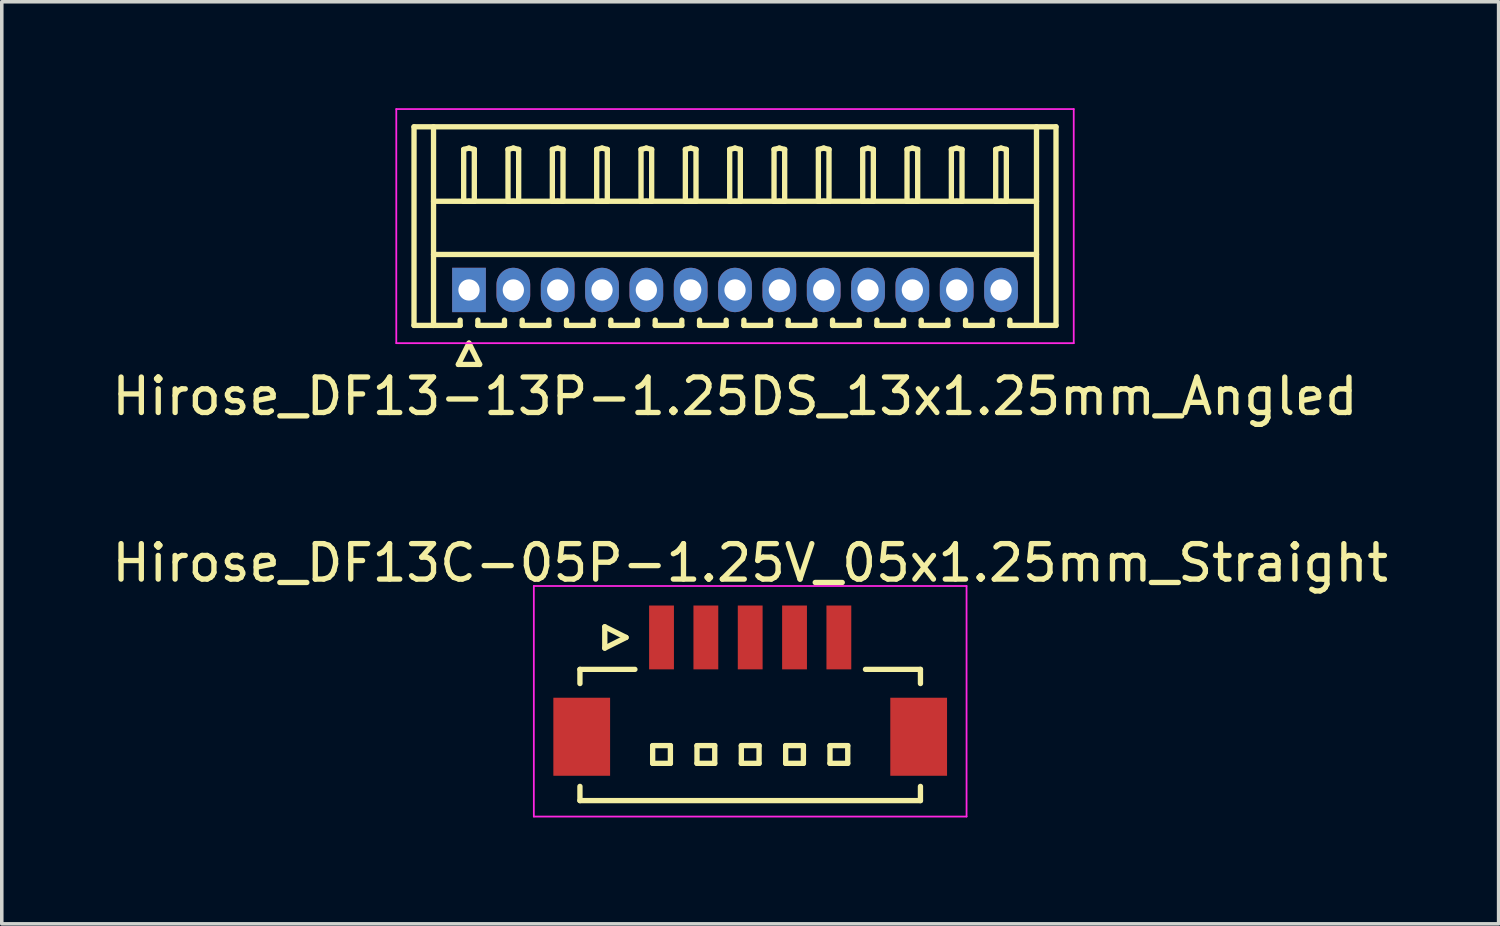
<source format=kicad_pcb>
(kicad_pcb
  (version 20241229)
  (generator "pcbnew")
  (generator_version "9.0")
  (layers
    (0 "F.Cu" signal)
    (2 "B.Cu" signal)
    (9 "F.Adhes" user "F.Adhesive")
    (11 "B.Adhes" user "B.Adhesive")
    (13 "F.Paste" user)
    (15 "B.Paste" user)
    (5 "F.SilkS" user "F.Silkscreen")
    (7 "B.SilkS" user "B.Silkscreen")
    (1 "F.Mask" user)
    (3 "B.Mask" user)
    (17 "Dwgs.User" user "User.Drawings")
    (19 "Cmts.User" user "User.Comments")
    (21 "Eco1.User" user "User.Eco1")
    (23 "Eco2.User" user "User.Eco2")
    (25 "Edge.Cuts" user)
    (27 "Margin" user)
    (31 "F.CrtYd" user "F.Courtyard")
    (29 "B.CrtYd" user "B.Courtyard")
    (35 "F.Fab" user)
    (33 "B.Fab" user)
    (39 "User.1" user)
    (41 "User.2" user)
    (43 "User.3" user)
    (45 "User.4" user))
  (footprint "Hirose_DF13C-05P-1.25V_05x1.25mm_Straight"
    (layer "F.Cu")
    (at 18.101 16.322)
    (property "Reference" "Hirose_DF13C-05P-1.25V_05x1.25mm_Straight" (at 0 -3.5 0) (layer "F.SilkS") (effects (font (size 1 1) (thickness 0.15))))
    (attr smd)
    (fp_line (start -4.8 -0.5) (end -4.8 -0.1) (stroke (width 0.15) (type solid)) (layer "F.SilkS"))
    (fp_line (start -4.8 -0.5) (end -3.25 -0.5) (stroke (width 0.15) (type solid)) (layer "F.SilkS"))
    (fp_line (start -4.8 3.2) (end -4.8 2.8) (stroke (width 0.15) (type solid)) (layer "F.SilkS"))
    (fp_line (start -4.8 3.2) (end 4.8 3.2) (stroke (width 0.15) (type solid)) (layer "F.SilkS"))
    (fp_line (start -4.1 -1.7) (end -4.1 -1.1) (stroke (width 0.15) (type solid)) (layer "F.SilkS"))
    (fp_line (start -4.1 -1.1) (end -3.5 -1.4) (stroke (width 0.15) (type solid)) (layer "F.SilkS"))
    (fp_line (start -3.5 -1.4) (end -4.1 -1.7) (stroke (width 0.15) (type solid)) (layer "F.SilkS"))
    (fp_line (start -2.75 1.65) (end -2.75 2.15) (stroke (width 0.15) (type solid)) (layer "F.SilkS"))
    (fp_line (start -2.75 2.15) (end -2.25 2.15) (stroke (width 0.15) (type solid)) (layer "F.SilkS"))
    (fp_line (start -2.25 1.65) (end -2.75 1.65) (stroke (width 0.15) (type solid)) (layer "F.SilkS"))
    (fp_line (start -2.25 2.15) (end -2.25 1.65) (stroke (width 0.15) (type solid)) (layer "F.SilkS"))
    (fp_line (start -1.5 1.65) (end -1.5 2.15) (stroke (width 0.15) (type solid)) (layer "F.SilkS"))
    (fp_line (start -1.5 2.15) (end -1 2.15) (stroke (width 0.15) (type solid)) (layer "F.SilkS"))
    (fp_line (start -1 1.65) (end -1.5 1.65) (stroke (width 0.15) (type solid)) (layer "F.SilkS"))
    (fp_line (start -1 2.15) (end -1 1.65) (stroke (width 0.15) (type solid)) (layer "F.SilkS"))
    (fp_line (start -0.25 1.65) (end -0.25 2.15) (stroke (width 0.15) (type solid)) (layer "F.SilkS"))
    (fp_line (start -0.25 2.15) (end 0.25 2.15) (stroke (width 0.15) (type solid)) (layer "F.SilkS"))
    (fp_line (start 0.25 1.65) (end -0.25 1.65) (stroke (width 0.15) (type solid)) (layer "F.SilkS"))
    (fp_line (start 0.25 2.15) (end 0.25 1.65) (stroke (width 0.15) (type solid)) (layer "F.SilkS"))
    (fp_line (start 1 1.65) (end 1 2.15) (stroke (width 0.15) (type solid)) (layer "F.SilkS"))
    (fp_line (start 1 2.15) (end 1.5 2.15) (stroke (width 0.15) (type solid)) (layer "F.SilkS"))
    (fp_line (start 1.5 1.65) (end 1 1.65) (stroke (width 0.15) (type solid)) (layer "F.SilkS"))
    (fp_line (start 1.5 2.15) (end 1.5 1.65) (stroke (width 0.15) (type solid)) (layer "F.SilkS"))
    (fp_line (start 2.25 1.65) (end 2.25 2.15) (stroke (width 0.15) (type solid)) (layer "F.SilkS"))
    (fp_line (start 2.25 2.15) (end 2.75 2.15) (stroke (width 0.15) (type solid)) (layer "F.SilkS"))
    (fp_line (start 2.75 1.65) (end 2.25 1.65) (stroke (width 0.15) (type solid)) (layer "F.SilkS"))
    (fp_line (start 2.75 2.15) (end 2.75 1.65) (stroke (width 0.15) (type solid)) (layer "F.SilkS"))
    (fp_line (start 4.8 -0.5) (end 3.25 -0.5) (stroke (width 0.15) (type solid)) (layer "F.SilkS"))
    (fp_line (start 4.8 -0.5) (end 4.8 -0.1) (stroke (width 0.15) (type solid)) (layer "F.SilkS"))
    (fp_line (start 4.8 3.2) (end 4.8 2.8) (stroke (width 0.15) (type solid)) (layer "F.SilkS"))
    (fp_line (start -6.1 -2.85) (end -6.1 3.65) (stroke (width 0.05) (type solid)) (layer "F.CrtYd"))
    (fp_line (start -6.1 3.65) (end 6.1 3.65) (stroke (width 0.05) (type solid)) (layer "F.CrtYd"))
    (fp_line (start 6.1 -2.85) (end -6.1 -2.85) (stroke (width 0.05) (type solid)) (layer "F.CrtYd"))
    (fp_line (start 6.1 3.65) (end 6.1 -2.85) (stroke (width 0.05) (type solid)) (layer "F.CrtYd"))
    (pad "" smd rect (at -4.75 1.4) (size 1.6 2.2) (layers "F.Cu" "F.Mask" "F.Paste"))
    (pad "" smd rect (at 4.75 1.4) (size 1.6 2.2) (layers "F.Cu" "F.Mask" "F.Paste"))
    (pad "1" smd rect (at -2.5 -1.4) (size 0.7 1.8) (layers "F.Cu" "F.Mask" "F.Paste"))
    (pad "2" smd rect (at -1.25 -1.4) (size 0.7 1.8) (layers "F.Cu" "F.Mask" "F.Paste"))
    (pad "3" smd rect (at 0 -1.4) (size 0.7 1.8) (layers "F.Cu" "F.Mask" "F.Paste"))
    (pad "4" smd rect (at 1.25 -1.4) (size 0.7 1.8) (layers "F.Cu" "F.Mask" "F.Paste"))
    (pad "5" smd rect (at 2.5 -1.4) (size 0.7 1.8) (layers "F.Cu" "F.Mask" "F.Paste")))
  (footprint "Hirose_DF13-13P-1.25DS_13x1.25mm_Angled"
    (layer "F.Cu")
    (at 10.173 5.125)
    (property "Reference" "Hirose_DF13-13P-1.25DS_13x1.25mm_Angled" (at 7.5 3 0) (layer "F.SilkS") (effects (font (size 1 1) (thickness 0.15))))
    (attr through_hole)
    (fp_line (start -1.55 -4.6) (end 16.55 -4.6) (stroke (width 0.15) (type solid)) (layer "F.SilkS"))
    (fp_line (start -1.55 1) (end -1.55 -4.6) (stroke (width 0.15) (type solid)) (layer "F.SilkS"))
    (fp_line (start -1 -4.6) (end -1 1) (stroke (width 0.15) (type solid)) (layer "F.SilkS"))
    (fp_line (start -1 -2.5) (end 16 -2.5) (stroke (width 0.15) (type solid)) (layer "F.SilkS"))
    (fp_line (start -1 -1) (end 16 -1) (stroke (width 0.15) (type solid)) (layer "F.SilkS"))
    (fp_line (start -0.3 2.1) (end 0.3 2.1) (stroke (width 0.15) (type solid)) (layer "F.SilkS"))
    (fp_line (start -0.25 0.85) (end -0.25 1) (stroke (width 0.15) (type solid)) (layer "F.SilkS"))
    (fp_line (start -0.25 1) (end -1.55 1) (stroke (width 0.15) (type solid)) (layer "F.SilkS"))
    (fp_line (start -0.15 -3.962) (end 0 -4) (stroke (width 0.15) (type solid)) (layer "F.SilkS"))
    (fp_line (start -0.15 -2.5) (end -0.15 -3.962) (stroke (width 0.15) (type solid)) (layer "F.SilkS"))
    (fp_line (start 0 -4) (end 0.15 -3.962) (stroke (width 0.15) (type solid)) (layer "F.SilkS"))
    (fp_line (start 0 -2.5) (end -0.15 -2.5) (stroke (width 0.15) (type solid)) (layer "F.SilkS"))
    (fp_line (start 0 1.5) (end -0.3 2.1) (stroke (width 0.15) (type solid)) (layer "F.SilkS"))
    (fp_line (start 0.15 -3.962) (end 0.15 -2.5) (stroke (width 0.15) (type solid)) (layer "F.SilkS"))
    (fp_line (start 0.15 -2.5) (end 0 -2.5) (stroke (width 0.15) (type solid)) (layer "F.SilkS"))
    (fp_line (start 0.25 0.85) (end 0.25 1) (stroke (width 0.15) (type solid)) (layer "F.SilkS"))
    (fp_line (start 0.25 1) (end 1 1) (stroke (width 0.15) (type solid)) (layer "F.SilkS"))
    (fp_line (start 0.3 2.1) (end 0 1.5) (stroke (width 0.15) (type solid)) (layer "F.SilkS"))
    (fp_line (start 1 1) (end 1 0.85) (stroke (width 0.15) (type solid)) (layer "F.SilkS"))
    (fp_line (start 1.1 -3.962) (end 1.25 -4) (stroke (width 0.15) (type solid)) (layer "F.SilkS"))
    (fp_line (start 1.1 -2.5) (end 1.1 -3.962) (stroke (width 0.15) (type solid)) (layer "F.SilkS"))
    (fp_line (start 1.25 -4) (end 1.4 -3.962) (stroke (width 0.15) (type solid)) (layer "F.SilkS"))
    (fp_line (start 1.25 -2.5) (end 1.1 -2.5) (stroke (width 0.15) (type solid)) (layer "F.SilkS"))
    (fp_line (start 1.4 -3.962) (end 1.4 -2.5) (stroke (width 0.15) (type solid)) (layer "F.SilkS"))
    (fp_line (start 1.4 -2.5) (end 1.25 -2.5) (stroke (width 0.15) (type solid)) (layer "F.SilkS"))
    (fp_line (start 1.5 0.85) (end 1.5 1) (stroke (width 0.15) (type solid)) (layer "F.SilkS"))
    (fp_line (start 1.5 1) (end 2.25 1) (stroke (width 0.15) (type solid)) (layer "F.SilkS"))
    (fp_line (start 2.25 1) (end 2.25 0.85) (stroke (width 0.15) (type solid)) (layer "F.SilkS"))
    (fp_line (start 2.35 -3.962) (end 2.5 -4) (stroke (width 0.15) (type solid)) (layer "F.SilkS"))
    (fp_line (start 2.35 -2.5) (end 2.35 -3.962) (stroke (width 0.15) (type solid)) (layer "F.SilkS"))
    (fp_line (start 2.5 -4) (end 2.65 -3.962) (stroke (width 0.15) (type solid)) (layer "F.SilkS"))
    (fp_line (start 2.5 -2.5) (end 2.35 -2.5) (stroke (width 0.15) (type solid)) (layer "F.SilkS"))
    (fp_line (start 2.65 -3.962) (end 2.65 -2.5) (stroke (width 0.15) (type solid)) (layer "F.SilkS"))
    (fp_line (start 2.65 -2.5) (end 2.5 -2.5) (stroke (width 0.15) (type solid)) (layer "F.SilkS"))
    (fp_line (start 2.75 0.85) (end 2.75 1) (stroke (width 0.15) (type solid)) (layer "F.SilkS"))
    (fp_line (start 2.75 1) (end 3.5 1) (stroke (width 0.15) (type solid)) (layer "F.SilkS"))
    (fp_line (start 3.5 1) (end 3.5 0.85) (stroke (width 0.15) (type solid)) (layer "F.SilkS"))
    (fp_line (start 3.6 -3.962) (end 3.75 -4) (stroke (width 0.15) (type solid)) (layer "F.SilkS"))
    (fp_line (start 3.6 -2.5) (end 3.6 -3.962) (stroke (width 0.15) (type solid)) (layer "F.SilkS"))
    (fp_line (start 3.75 -4) (end 3.9 -3.962) (stroke (width 0.15) (type solid)) (layer "F.SilkS"))
    (fp_line (start 3.75 -2.5) (end 3.6 -2.5) (stroke (width 0.15) (type solid)) (layer "F.SilkS"))
    (fp_line (start 3.9 -3.962) (end 3.9 -2.5) (stroke (width 0.15) (type solid)) (layer "F.SilkS"))
    (fp_line (start 3.9 -2.5) (end 3.75 -2.5) (stroke (width 0.15) (type solid)) (layer "F.SilkS"))
    (fp_line (start 4 0.85) (end 4 1) (stroke (width 0.15) (type solid)) (layer "F.SilkS"))
    (fp_line (start 4 1) (end 4.75 1) (stroke (width 0.15) (type solid)) (layer "F.SilkS"))
    (fp_line (start 4.75 1) (end 4.75 0.85) (stroke (width 0.15) (type solid)) (layer "F.SilkS"))
    (fp_line (start 4.85 -3.962) (end 5 -4) (stroke (width 0.15) (type solid)) (layer "F.SilkS"))
    (fp_line (start 4.85 -2.5) (end 4.85 -3.962) (stroke (width 0.15) (type solid)) (layer "F.SilkS"))
    (fp_line (start 5 -4) (end 5.15 -3.962) (stroke (width 0.15) (type solid)) (layer "F.SilkS"))
    (fp_line (start 5 -2.5) (end 4.85 -2.5) (stroke (width 0.15) (type solid)) (layer "F.SilkS"))
    (fp_line (start 5.15 -3.962) (end 5.15 -2.5) (stroke (width 0.15) (type solid)) (layer "F.SilkS"))
    (fp_line (start 5.15 -2.5) (end 5 -2.5) (stroke (width 0.15) (type solid)) (layer "F.SilkS"))
    (fp_line (start 5.25 0.85) (end 5.25 1) (stroke (width 0.15) (type solid)) (layer "F.SilkS"))
    (fp_line (start 5.25 1) (end 6 1) (stroke (width 0.15) (type solid)) (layer "F.SilkS"))
    (fp_line (start 6 1) (end 6 0.85) (stroke (width 0.15) (type solid)) (layer "F.SilkS"))
    (fp_line (start 6.1 -3.962) (end 6.25 -4) (stroke (width 0.15) (type solid)) (layer "F.SilkS"))
    (fp_line (start 6.1 -2.5) (end 6.1 -3.962) (stroke (width 0.15) (type solid)) (layer "F.SilkS"))
    (fp_line (start 6.25 -4) (end 6.4 -3.962) (stroke (width 0.15) (type solid)) (layer "F.SilkS"))
    (fp_line (start 6.25 -2.5) (end 6.1 -2.5) (stroke (width 0.15) (type solid)) (layer "F.SilkS"))
    (fp_line (start 6.4 -3.962) (end 6.4 -2.5) (stroke (width 0.15) (type solid)) (layer "F.SilkS"))
    (fp_line (start 6.4 -2.5) (end 6.25 -2.5) (stroke (width 0.15) (type solid)) (layer "F.SilkS"))
    (fp_line (start 6.5 0.85) (end 6.5 1) (stroke (width 0.15) (type solid)) (layer "F.SilkS"))
    (fp_line (start 6.5 1) (end 7.25 1) (stroke (width 0.15) (type solid)) (layer "F.SilkS"))
    (fp_line (start 7.25 1) (end 7.25 0.85) (stroke (width 0.15) (type solid)) (layer "F.SilkS"))
    (fp_line (start 7.35 -3.962) (end 7.5 -4) (stroke (width 0.15) (type solid)) (layer "F.SilkS"))
    (fp_line (start 7.35 -2.5) (end 7.35 -3.962) (stroke (width 0.15) (type solid)) (layer "F.SilkS"))
    (fp_line (start 7.5 -4) (end 7.65 -3.962) (stroke (width 0.15) (type solid)) (layer "F.SilkS"))
    (fp_line (start 7.5 -2.5) (end 7.35 -2.5) (stroke (width 0.15) (type solid)) (layer "F.SilkS"))
    (fp_line (start 7.65 -3.962) (end 7.65 -2.5) (stroke (width 0.15) (type solid)) (layer "F.SilkS"))
    (fp_line (start 7.65 -2.5) (end 7.5 -2.5) (stroke (width 0.15) (type solid)) (layer "F.SilkS"))
    (fp_line (start 7.75 0.85) (end 7.75 1) (stroke (width 0.15) (type solid)) (layer "F.SilkS"))
    (fp_line (start 7.75 1) (end 8.5 1) (stroke (width 0.15) (type solid)) (layer "F.SilkS"))
    (fp_line (start 8.5 1) (end 8.5 0.85) (stroke (width 0.15) (type solid)) (layer "F.SilkS"))
    (fp_line (start 8.6 -3.962) (end 8.75 -4) (stroke (width 0.15) (type solid)) (layer "F.SilkS"))
    (fp_line (start 8.6 -2.5) (end 8.6 -3.962) (stroke (width 0.15) (type solid)) (layer "F.SilkS"))
    (fp_line (start 8.75 -4) (end 8.9 -3.962) (stroke (width 0.15) (type solid)) (layer "F.SilkS"))
    (fp_line (start 8.75 -2.5) (end 8.6 -2.5) (stroke (width 0.15) (type solid)) (layer "F.SilkS"))
    (fp_line (start 8.9 -3.962) (end 8.9 -2.5) (stroke (width 0.15) (type solid)) (layer "F.SilkS"))
    (fp_line (start 8.9 -2.5) (end 8.75 -2.5) (stroke (width 0.15) (type solid)) (layer "F.SilkS"))
    (fp_line (start 9 0.85) (end 9 1) (stroke (width 0.15) (type solid)) (layer "F.SilkS"))
    (fp_line (start 9 1) (end 9.75 1) (stroke (width 0.15) (type solid)) (layer "F.SilkS"))
    (fp_line (start 9.75 1) (end 9.75 0.85) (stroke (width 0.15) (type solid)) (layer "F.SilkS"))
    (fp_line (start 9.85 -3.962) (end 10 -4) (stroke (width 0.15) (type solid)) (layer "F.SilkS"))
    (fp_line (start 9.85 -2.5) (end 9.85 -3.962) (stroke (width 0.15) (type solid)) (layer "F.SilkS"))
    (fp_line (start 10 -4) (end 10.15 -3.962) (stroke (width 0.15) (type solid)) (layer "F.SilkS"))
    (fp_line (start 10 -2.5) (end 9.85 -2.5) (stroke (width 0.15) (type solid)) (layer "F.SilkS"))
    (fp_line (start 10.15 -3.962) (end 10.15 -2.5) (stroke (width 0.15) (type solid)) (layer "F.SilkS"))
    (fp_line (start 10.15 -2.5) (end 10 -2.5) (stroke (width 0.15) (type solid)) (layer "F.SilkS"))
    (fp_line (start 10.25 0.85) (end 10.25 1) (stroke (width 0.15) (type solid)) (layer "F.SilkS"))
    (fp_line (start 10.25 1) (end 11 1) (stroke (width 0.15) (type solid)) (layer "F.SilkS"))
    (fp_line (start 11 1) (end 11 0.85) (stroke (width 0.15) (type solid)) (layer "F.SilkS"))
    (fp_line (start 11.1 -3.962) (end 11.25 -4) (stroke (width 0.15) (type solid)) (layer "F.SilkS"))
    (fp_line (start 11.1 -2.5) (end 11.1 -3.962) (stroke (width 0.15) (type solid)) (layer "F.SilkS"))
    (fp_line (start 11.25 -4) (end 11.4 -3.962) (stroke (width 0.15) (type solid)) (layer "F.SilkS"))
    (fp_line (start 11.25 -2.5) (end 11.1 -2.5) (stroke (width 0.15) (type solid)) (layer "F.SilkS"))
    (fp_line (start 11.4 -3.962) (end 11.4 -2.5) (stroke (width 0.15) (type solid)) (layer "F.SilkS"))
    (fp_line (start 11.4 -2.5) (end 11.25 -2.5) (stroke (width 0.15) (type solid)) (layer "F.SilkS"))
    (fp_line (start 11.5 0.85) (end 11.5 1) (stroke (width 0.15) (type solid)) (layer "F.SilkS"))
    (fp_line (start 11.5 1) (end 12.25 1) (stroke (width 0.15) (type solid)) (layer "F.SilkS"))
    (fp_line (start 12.25 1) (end 12.25 0.85) (stroke (width 0.15) (type solid)) (layer "F.SilkS"))
    (fp_line (start 12.35 -3.962) (end 12.5 -4) (stroke (width 0.15) (type solid)) (layer "F.SilkS"))
    (fp_line (start 12.35 -2.5) (end 12.35 -3.962) (stroke (width 0.15) (type solid)) (layer "F.SilkS"))
    (fp_line (start 12.5 -4) (end 12.65 -3.962) (stroke (width 0.15) (type solid)) (layer "F.SilkS"))
    (fp_line (start 12.5 -2.5) (end 12.35 -2.5) (stroke (width 0.15) (type solid)) (layer "F.SilkS"))
    (fp_line (start 12.65 -3.962) (end 12.65 -2.5) (stroke (width 0.15) (type solid)) (layer "F.SilkS"))
    (fp_line (start 12.65 -2.5) (end 12.5 -2.5) (stroke (width 0.15) (type solid)) (layer "F.SilkS"))
    (fp_line (start 12.75 0.85) (end 12.75 1) (stroke (width 0.15) (type solid)) (layer "F.SilkS"))
    (fp_line (start 12.75 1) (end 13.5 1) (stroke (width 0.15) (type solid)) (layer "F.SilkS"))
    (fp_line (start 13.5 1) (end 13.5 0.85) (stroke (width 0.15) (type solid)) (layer "F.SilkS"))
    (fp_line (start 13.6 -3.962) (end 13.75 -4) (stroke (width 0.15) (type solid)) (layer "F.SilkS"))
    (fp_line (start 13.6 -2.5) (end 13.6 -3.962) (stroke (width 0.15) (type solid)) (layer "F.SilkS"))
    (fp_line (start 13.75 -4) (end 13.9 -3.962) (stroke (width 0.15) (type solid)) (layer "F.SilkS"))
    (fp_line (start 13.75 -2.5) (end 13.6 -2.5) (stroke (width 0.15) (type solid)) (layer "F.SilkS"))
    (fp_line (start 13.9 -3.962) (end 13.9 -2.5) (stroke (width 0.15) (type solid)) (layer "F.SilkS"))
    (fp_line (start 13.9 -2.5) (end 13.75 -2.5) (stroke (width 0.15) (type solid)) (layer "F.SilkS"))
    (fp_line (start 14 0.85) (end 14 1) (stroke (width 0.15) (type solid)) (layer "F.SilkS"))
    (fp_line (start 14 1) (end 14.75 1) (stroke (width 0.15) (type solid)) (layer "F.SilkS"))
    (fp_line (start 14.75 1) (end 14.75 0.85) (stroke (width 0.15) (type solid)) (layer "F.SilkS"))
    (fp_line (start 14.85 -3.962) (end 15 -4) (stroke (width 0.15) (type solid)) (layer "F.SilkS"))
    (fp_line (start 14.85 -2.5) (end 14.85 -3.962) (stroke (width 0.15) (type solid)) (layer "F.SilkS"))
    (fp_line (start 15 -4) (end 15.15 -3.962) (stroke (width 0.15) (type solid)) (layer "F.SilkS"))
    (fp_line (start 15 -2.5) (end 14.85 -2.5) (stroke (width 0.15) (type solid)) (layer "F.SilkS"))
    (fp_line (start 15.15 -3.962) (end 15.15 -2.5) (stroke (width 0.15) (type solid)) (layer "F.SilkS"))
    (fp_line (start 15.15 -2.5) (end 15 -2.5) (stroke (width 0.15) (type solid)) (layer "F.SilkS"))
    (fp_line (start 15.25 1) (end 15.25 0.85) (stroke (width 0.15) (type solid)) (layer "F.SilkS"))
    (fp_line (start 16 -4.6) (end 16 1) (stroke (width 0.15) (type solid)) (layer "F.SilkS"))
    (fp_line (start 16.55 -4.6) (end 16.55 1) (stroke (width 0.15) (type solid)) (layer "F.SilkS"))
    (fp_line (start 16.55 1) (end 15.25 1) (stroke (width 0.15) (type solid)) (layer "F.SilkS"))
    (fp_line (start -2.05 -5.1) (end -2.05 1.5) (stroke (width 0.05) (type solid)) (layer "F.CrtYd"))
    (fp_line (start -2.05 1.5) (end 17.05 1.5) (stroke (width 0.05) (type solid)) (layer "F.CrtYd"))
    (fp_line (start 17.05 -5.1) (end -2.05 -5.1) (stroke (width 0.05) (type solid)) (layer "F.CrtYd"))
    (fp_line (start 17.05 1.5) (end 17.05 -5.1) (stroke (width 0.05) (type solid)) (layer "F.CrtYd"))
    (pad "1" thru_hole rect (at 0 0) (size 0.95 1.25) (drill 0.6) (layers "*.Cu" "*.Mask"))
    (pad "2" thru_hole oval (at 1.25 0) (size 0.95 1.25) (drill 0.6) (layers "*.Cu" "*.Mask"))
    (pad "3" thru_hole oval (at 2.5 0) (size 0.95 1.25) (drill 0.6) (layers "*.Cu" "*.Mask"))
    (pad "4" thru_hole oval (at 3.75 0) (size 0.95 1.25) (drill 0.6) (layers "*.Cu" "*.Mask"))
    (pad "5" thru_hole oval (at 5 0) (size 0.95 1.25) (drill 0.6) (layers "*.Cu" "*.Mask"))
    (pad "6" thru_hole oval (at 6.25 0) (size 0.95 1.25) (drill 0.6) (layers "*.Cu" "*.Mask"))
    (pad "7" thru_hole oval (at 7.5 0) (size 0.95 1.25) (drill 0.6) (layers "*.Cu" "*.Mask"))
    (pad "8" thru_hole oval (at 8.75 0) (size 0.95 1.25) (drill 0.6) (layers "*.Cu" "*.Mask"))
    (pad "9" thru_hole oval (at 10 0) (size 0.95 1.25) (drill 0.6) (layers "*.Cu" "*.Mask"))
    (pad "10" thru_hole oval (at 11.25 0) (size 0.95 1.25) (drill 0.6) (layers "*.Cu" "*.Mask"))
    (pad "11" thru_hole oval (at 12.5 0) (size 0.95 1.25) (drill 0.6) (layers "*.Cu" "*.Mask"))
    (pad "12" thru_hole oval (at 13.75 0) (size 0.95 1.25) (drill 0.6) (layers "*.Cu" "*.Mask"))
    (pad "13" thru_hole oval (at 15 0) (size 0.95 1.25) (drill 0.6) (layers "*.Cu" "*.Mask")))
  (gr_rect
    (start -3 -3)
    (end 39.202 22.997)
    (stroke (width 0.1) (type default))
    (fill no)
    (layer "Edge.Cuts")))
</source>
